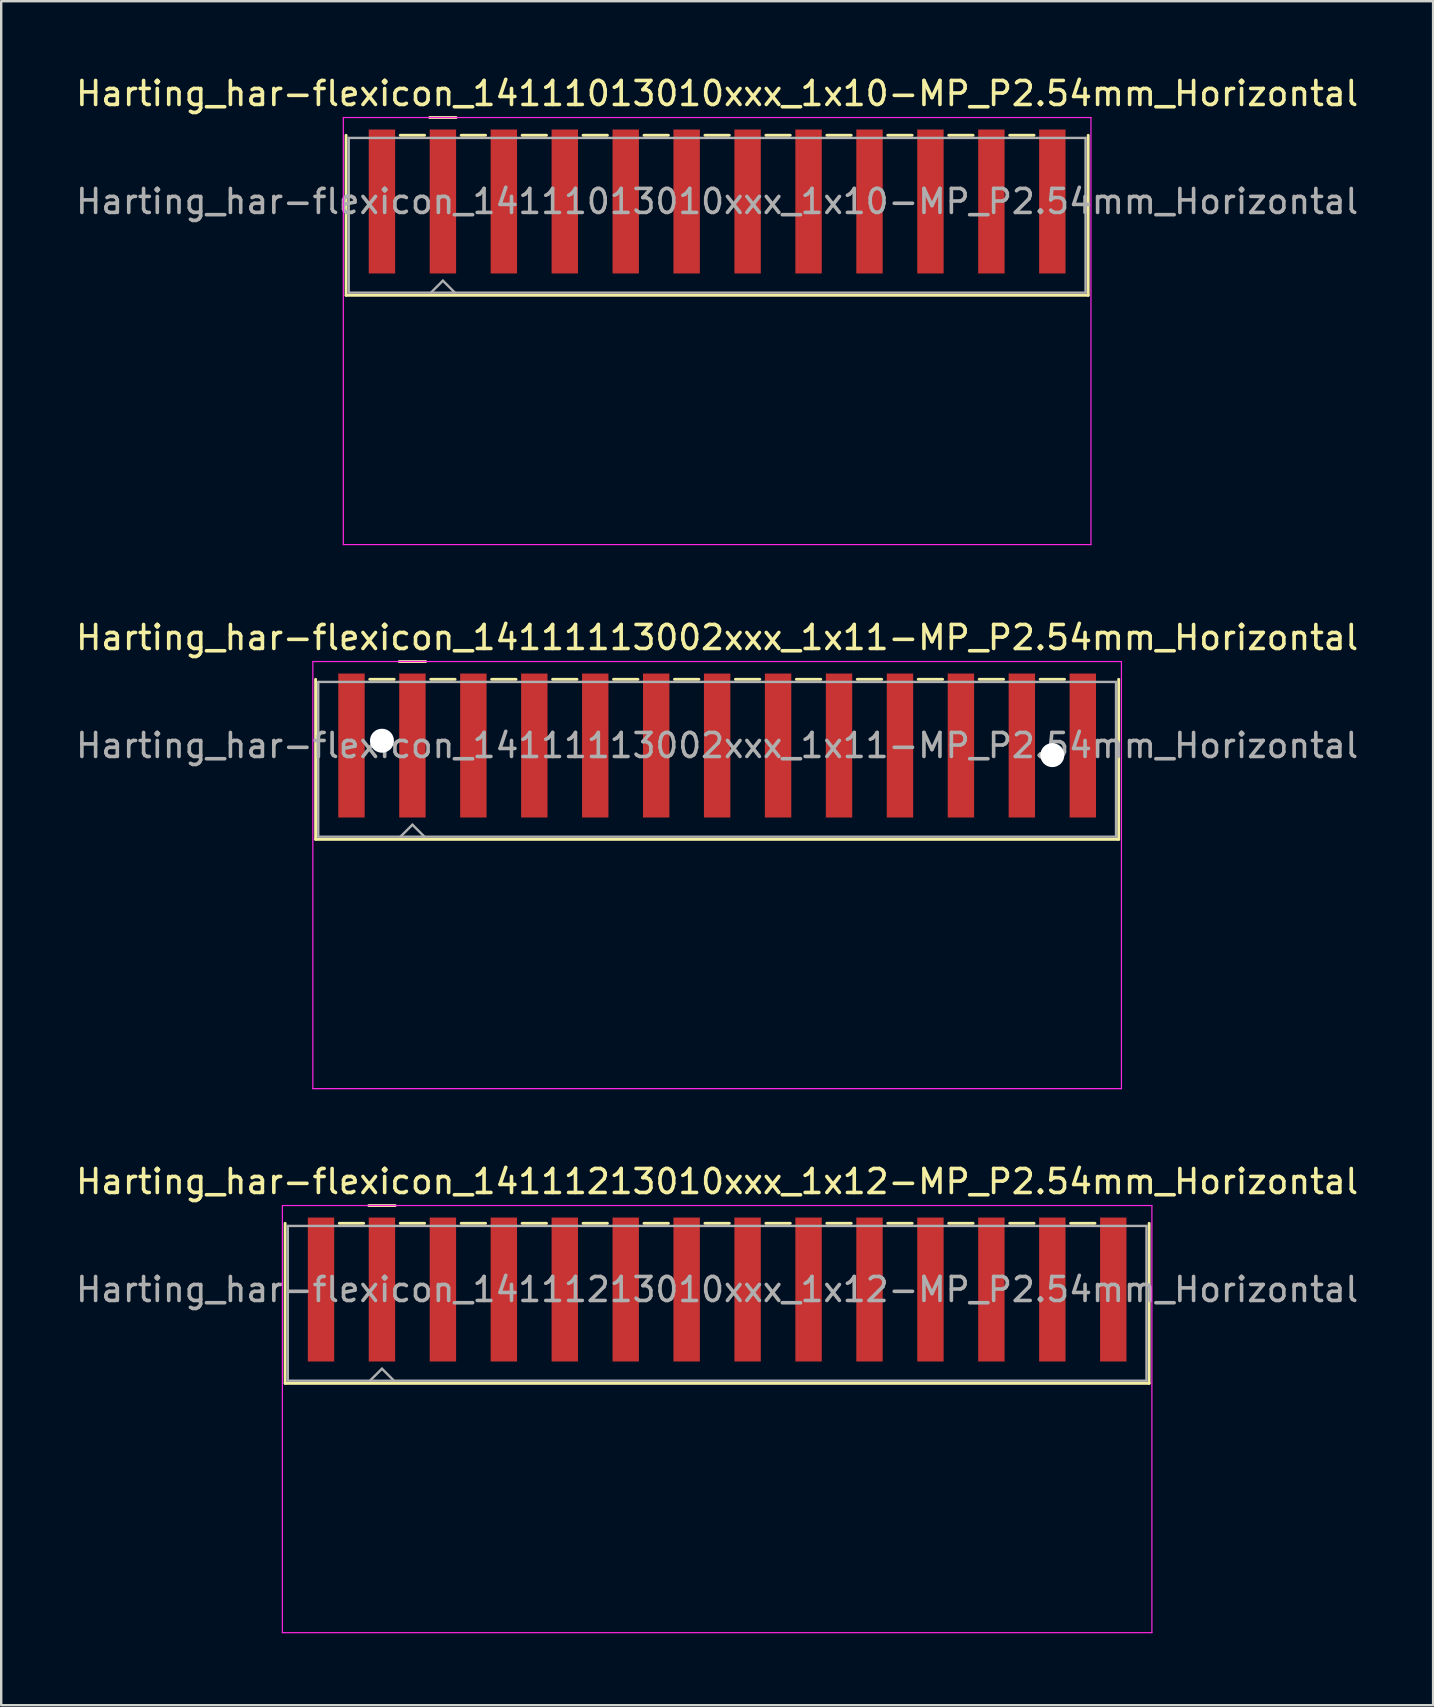
<source format=kicad_pcb>
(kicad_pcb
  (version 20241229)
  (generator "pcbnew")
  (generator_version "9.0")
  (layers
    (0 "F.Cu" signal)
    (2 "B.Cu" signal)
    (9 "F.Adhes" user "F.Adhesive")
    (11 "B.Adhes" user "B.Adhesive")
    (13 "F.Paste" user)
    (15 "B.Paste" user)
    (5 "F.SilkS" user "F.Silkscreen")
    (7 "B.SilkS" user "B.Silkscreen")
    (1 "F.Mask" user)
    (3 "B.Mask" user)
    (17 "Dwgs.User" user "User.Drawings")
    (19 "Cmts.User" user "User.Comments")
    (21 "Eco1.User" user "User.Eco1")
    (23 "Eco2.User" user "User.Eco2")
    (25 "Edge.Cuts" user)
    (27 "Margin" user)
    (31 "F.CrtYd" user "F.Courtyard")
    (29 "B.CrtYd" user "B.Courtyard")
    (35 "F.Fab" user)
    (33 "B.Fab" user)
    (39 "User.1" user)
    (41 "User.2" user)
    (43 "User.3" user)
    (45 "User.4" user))
  (footprint "Harting_har-flexicon_14111213010xxx_1x12-MP_P2.54mm_Horizontal"
    (layer "F.Cu")
    (at 26.839 51.995)
    (property "Reference" "Harting_har-flexicon_14111213010xxx_1x12-MP_P2.54mm_Horizontal" (at 0 -5.8 0) (layer "F.SilkS") (effects (font (size 1 1) (thickness 0.15))))
    (attr smd)
    (fp_line (start -18.005 -4.06) (end -18.005 2.61) (stroke (width 0.12) (type solid)) (layer "F.SilkS"))
    (fp_line (start -15.748 -4.06) (end -14.732 -4.06) (stroke (width 0.12) (type solid)) (layer "F.SilkS"))
    (fp_line (start -14.52 -4.8) (end -13.42 -4.8) (stroke (width 0.12) (type solid)) (layer "F.SilkS"))
    (fp_line (start -13.208 -4.06) (end -12.192 -4.06) (stroke (width 0.12) (type solid)) (layer "F.SilkS"))
    (fp_line (start -10.668 -4.06) (end -9.652 -4.06) (stroke (width 0.12) (type solid)) (layer "F.SilkS"))
    (fp_line (start -8.128 -4.06) (end -7.112 -4.06) (stroke (width 0.12) (type solid)) (layer "F.SilkS"))
    (fp_line (start -5.588 -4.06) (end -4.572 -4.06) (stroke (width 0.12) (type solid)) (layer "F.SilkS"))
    (fp_line (start -3.048 -4.06) (end -2.032 -4.06) (stroke (width 0.12) (type solid)) (layer "F.SilkS"))
    (fp_line (start -0.508 -4.06) (end 0.508 -4.06) (stroke (width 0.12) (type solid)) (layer "F.SilkS"))
    (fp_line (start 2.032 -4.06) (end 3.048 -4.06) (stroke (width 0.12) (type solid)) (layer "F.SilkS"))
    (fp_line (start 4.572 -4.06) (end 5.588 -4.06) (stroke (width 0.12) (type solid)) (layer "F.SilkS"))
    (fp_line (start 7.112 -4.06) (end 8.128 -4.06) (stroke (width 0.12) (type solid)) (layer "F.SilkS"))
    (fp_line (start 9.652 -4.06) (end 10.668 -4.06) (stroke (width 0.12) (type solid)) (layer "F.SilkS"))
    (fp_line (start 12.192 -4.06) (end 13.208 -4.06) (stroke (width 0.12) (type solid)) (layer "F.SilkS"))
    (fp_line (start 14.732 -4.06) (end 15.748 -4.06) (stroke (width 0.12) (type solid)) (layer "F.SilkS"))
    (fp_line (start 18.005 -4.06) (end 18.005 2.61) (stroke (width 0.12) (type solid)) (layer "F.SilkS"))
    (fp_line (start 18.005 2.61) (end -18.005 2.61) (stroke (width 0.12) (type solid)) (layer "F.SilkS"))
    (fp_line (start -18.12 -4.8) (end -18.12 13) (stroke (width 0.05) (type solid)) (layer "F.CrtYd"))
    (fp_line (start -18.12 13) (end 18.12 13) (stroke (width 0.05) (type solid)) (layer "F.CrtYd"))
    (fp_line (start 18.12 -4.8) (end -18.12 -4.8) (stroke (width 0.05) (type solid)) (layer "F.CrtYd"))
    (fp_line (start 18.12 13) (end 18.12 -4.8) (stroke (width 0.05) (type solid)) (layer "F.CrtYd"))
    (fp_line (start -17.895 -3.95) (end -17.895 2.5) (stroke (width 0.1) (type solid)) (layer "F.Fab"))
    (fp_line (start -17.895 2.5) (end 17.895 2.5) (stroke (width 0.1) (type solid)) (layer "F.Fab"))
    (fp_line (start -14.47 2.5) (end -13.97 2) (stroke (width 0.1) (type solid)) (layer "F.Fab"))
    (fp_line (start -13.97 2) (end -13.47 2.5) (stroke (width 0.1) (type solid)) (layer "F.Fab"))
    (fp_line (start 17.895 -3.95) (end -17.895 -3.95) (stroke (width 0.1) (type solid)) (layer "F.Fab"))
    (fp_line (start 17.895 2.5) (end 17.895 -3.95) (stroke (width 0.1) (type solid)) (layer "F.Fab"))
    (fp_text user "${REFERENCE}" (at 0 -1.3 0) (layer "F.Fab") (effects (font (size 1 1) (thickness 0.15))))
    (pad "1" smd rect (at -13.97 -1.3) (size 1.1 6) (layers "F.Cu" "F.Mask" "F.Paste"))
    (pad "2" smd rect (at -11.43 -1.3) (size 1.1 6) (layers "F.Cu" "F.Mask" "F.Paste"))
    (pad "3" smd rect (at -8.89 -1.3) (size 1.1 6) (layers "F.Cu" "F.Mask" "F.Paste"))
    (pad "4" smd rect (at -6.35 -1.3) (size 1.1 6) (layers "F.Cu" "F.Mask" "F.Paste"))
    (pad "5" smd rect (at -3.81 -1.3) (size 1.1 6) (layers "F.Cu" "F.Mask" "F.Paste"))
    (pad "6" smd rect (at -1.27 -1.3) (size 1.1 6) (layers "F.Cu" "F.Mask" "F.Paste"))
    (pad "7" smd rect (at 1.27 -1.3) (size 1.1 6) (layers "F.Cu" "F.Mask" "F.Paste"))
    (pad "8" smd rect (at 3.81 -1.3) (size 1.1 6) (layers "F.Cu" "F.Mask" "F.Paste"))
    (pad "9" smd rect (at 6.35 -1.3) (size 1.1 6) (layers "F.Cu" "F.Mask" "F.Paste"))
    (pad "10" smd rect (at 8.89 -1.3) (size 1.1 6) (layers "F.Cu" "F.Mask" "F.Paste"))
    (pad "11" smd rect (at 11.43 -1.3) (size 1.1 6) (layers "F.Cu" "F.Mask" "F.Paste"))
    (pad "12" smd rect (at 13.97 -1.3) (size 1.1 6) (layers "F.Cu" "F.Mask" "F.Paste"))
    (pad "MP" smd rect (at -16.51 -1.3) (size 1.1 6) (layers "F.Cu" "F.Mask" "F.Paste"))
    (pad "MP" smd rect (at 16.51 -1.3) (size 1.1 6) (layers "F.Cu" "F.Mask" "F.Paste")))
  (footprint "Harting_har-flexicon_14111113002xxx_1x11-MP_P2.54mm_Horizontal"
    (layer "F.Cu")
    (at 26.839 29.322)
    (property "Reference" "Harting_har-flexicon_14111113002xxx_1x11-MP_P2.54mm_Horizontal" (at 0 -5.8 0) (layer "F.SilkS") (effects (font (size 1 1) (thickness 0.15))))
    (attr smd)
    (fp_line (start -16.735 -4.06) (end -16.735 2.61) (stroke (width 0.12) (type solid)) (layer "F.SilkS"))
    (fp_line (start -14.478 -4.06) (end -13.462 -4.06) (stroke (width 0.12) (type solid)) (layer "F.SilkS"))
    (fp_line (start -13.25 -4.8) (end -12.15 -4.8) (stroke (width 0.12) (type solid)) (layer "F.SilkS"))
    (fp_line (start -11.938 -4.06) (end -10.922 -4.06) (stroke (width 0.12) (type solid)) (layer "F.SilkS"))
    (fp_line (start -9.398 -4.06) (end -8.382 -4.06) (stroke (width 0.12) (type solid)) (layer "F.SilkS"))
    (fp_line (start -6.858 -4.06) (end -5.842 -4.06) (stroke (width 0.12) (type solid)) (layer "F.SilkS"))
    (fp_line (start -4.318 -4.06) (end -3.302 -4.06) (stroke (width 0.12) (type solid)) (layer "F.SilkS"))
    (fp_line (start -1.778 -4.06) (end -0.762 -4.06) (stroke (width 0.12) (type solid)) (layer "F.SilkS"))
    (fp_line (start 0.762 -4.06) (end 1.778 -4.06) (stroke (width 0.12) (type solid)) (layer "F.SilkS"))
    (fp_line (start 3.302 -4.06) (end 4.318 -4.06) (stroke (width 0.12) (type solid)) (layer "F.SilkS"))
    (fp_line (start 5.842 -4.06) (end 6.858 -4.06) (stroke (width 0.12) (type solid)) (layer "F.SilkS"))
    (fp_line (start 8.382 -4.06) (end 9.398 -4.06) (stroke (width 0.12) (type solid)) (layer "F.SilkS"))
    (fp_line (start 10.922 -4.06) (end 11.938 -4.06) (stroke (width 0.12) (type solid)) (layer "F.SilkS"))
    (fp_line (start 13.462 -4.06) (end 14.478 -4.06) (stroke (width 0.12) (type solid)) (layer "F.SilkS"))
    (fp_line (start 16.735 -4.06) (end 16.735 2.61) (stroke (width 0.12) (type solid)) (layer "F.SilkS"))
    (fp_line (start 16.735 2.61) (end -16.735 2.61) (stroke (width 0.12) (type solid)) (layer "F.SilkS"))
    (fp_line (start -16.85 -4.8) (end -16.85 13) (stroke (width 0.05) (type solid)) (layer "F.CrtYd"))
    (fp_line (start -16.85 13) (end 16.85 13) (stroke (width 0.05) (type solid)) (layer "F.CrtYd"))
    (fp_line (start 16.85 -4.8) (end -16.85 -4.8) (stroke (width 0.05) (type solid)) (layer "F.CrtYd"))
    (fp_line (start 16.85 13) (end 16.85 -4.8) (stroke (width 0.05) (type solid)) (layer "F.CrtYd"))
    (fp_line (start -16.625 -3.95) (end -16.625 2.5) (stroke (width 0.1) (type solid)) (layer "F.Fab"))
    (fp_line (start -16.625 2.5) (end 16.625 2.5) (stroke (width 0.1) (type solid)) (layer "F.Fab"))
    (fp_line (start -13.2 2.5) (end -12.7 2) (stroke (width 0.1) (type solid)) (layer "F.Fab"))
    (fp_line (start -12.7 2) (end -12.2 2.5) (stroke (width 0.1) (type solid)) (layer "F.Fab"))
    (fp_line (start 16.625 -3.95) (end -16.625 -3.95) (stroke (width 0.1) (type solid)) (layer "F.Fab"))
    (fp_line (start 16.625 2.5) (end 16.625 -3.95) (stroke (width 0.1) (type solid)) (layer "F.Fab"))
    (fp_text user "${REFERENCE}" (at 0 -1.3 0) (layer "F.Fab") (effects (font (size 1 1) (thickness 0.15))))
    (pad "" np_thru_hole circle (at -13.97 -1.5) (size 1 1) (drill 1) (layers "*.Cu" "*.Mask"))
    (pad "" np_thru_hole circle (at 13.97 -0.9) (size 1 1) (drill 1) (layers "*.Cu" "*.Mask"))
    (pad "1" smd rect (at -12.7 -1.3) (size 1.1 6) (layers "F.Cu" "F.Mask" "F.Paste"))
    (pad "2" smd rect (at -10.16 -1.3) (size 1.1 6) (layers "F.Cu" "F.Mask" "F.Paste"))
    (pad "3" smd rect (at -7.62 -1.3) (size 1.1 6) (layers "F.Cu" "F.Mask" "F.Paste"))
    (pad "4" smd rect (at -5.08 -1.3) (size 1.1 6) (layers "F.Cu" "F.Mask" "F.Paste"))
    (pad "5" smd rect (at -2.54 -1.3) (size 1.1 6) (layers "F.Cu" "F.Mask" "F.Paste"))
    (pad "6" smd rect (at 0 -1.3) (size 1.1 6) (layers "F.Cu" "F.Mask" "F.Paste"))
    (pad "7" smd rect (at 2.54 -1.3) (size 1.1 6) (layers "F.Cu" "F.Mask" "F.Paste"))
    (pad "8" smd rect (at 5.08 -1.3) (size 1.1 6) (layers "F.Cu" "F.Mask" "F.Paste"))
    (pad "9" smd rect (at 7.62 -1.3) (size 1.1 6) (layers "F.Cu" "F.Mask" "F.Paste"))
    (pad "10" smd rect (at 10.16 -1.3) (size 1.1 6) (layers "F.Cu" "F.Mask" "F.Paste"))
    (pad "11" smd rect (at 12.7 -1.3) (size 1.1 6) (layers "F.Cu" "F.Mask" "F.Paste"))
    (pad "MP" smd rect (at -15.24 -1.3) (size 1.1 6) (layers "F.Cu" "F.Mask" "F.Paste"))
    (pad "MP" smd rect (at 15.24 -1.3) (size 1.1 6) (layers "F.Cu" "F.Mask" "F.Paste")))
  (footprint "Harting_har-flexicon_14111013010xxx_1x10-MP_P2.54mm_Horizontal"
    (layer "F.Cu")
    (at 26.839 6.648)
    (property "Reference" "Harting_har-flexicon_14111013010xxx_1x10-MP_P2.54mm_Horizontal" (at 0 -5.8 0) (layer "F.SilkS") (effects (font (size 1 1) (thickness 0.15))))
    (attr smd)
    (fp_line (start -15.465 -4.06) (end -15.465 2.61) (stroke (width 0.12) (type solid)) (layer "F.SilkS"))
    (fp_line (start -13.208 -4.06) (end -12.192 -4.06) (stroke (width 0.12) (type solid)) (layer "F.SilkS"))
    (fp_line (start -11.98 -4.8) (end -10.88 -4.8) (stroke (width 0.12) (type solid)) (layer "F.SilkS"))
    (fp_line (start -10.668 -4.06) (end -9.652 -4.06) (stroke (width 0.12) (type solid)) (layer "F.SilkS"))
    (fp_line (start -8.128 -4.06) (end -7.112 -4.06) (stroke (width 0.12) (type solid)) (layer "F.SilkS"))
    (fp_line (start -5.588 -4.06) (end -4.572 -4.06) (stroke (width 0.12) (type solid)) (layer "F.SilkS"))
    (fp_line (start -3.048 -4.06) (end -2.032 -4.06) (stroke (width 0.12) (type solid)) (layer "F.SilkS"))
    (fp_line (start -0.508 -4.06) (end 0.508 -4.06) (stroke (width 0.12) (type solid)) (layer "F.SilkS"))
    (fp_line (start 2.032 -4.06) (end 3.048 -4.06) (stroke (width 0.12) (type solid)) (layer "F.SilkS"))
    (fp_line (start 4.572 -4.06) (end 5.588 -4.06) (stroke (width 0.12) (type solid)) (layer "F.SilkS"))
    (fp_line (start 7.112 -4.06) (end 8.128 -4.06) (stroke (width 0.12) (type solid)) (layer "F.SilkS"))
    (fp_line (start 9.652 -4.06) (end 10.668 -4.06) (stroke (width 0.12) (type solid)) (layer "F.SilkS"))
    (fp_line (start 12.192 -4.06) (end 13.208 -4.06) (stroke (width 0.12) (type solid)) (layer "F.SilkS"))
    (fp_line (start 15.465 -4.06) (end 15.465 2.61) (stroke (width 0.12) (type solid)) (layer "F.SilkS"))
    (fp_line (start 15.465 2.61) (end -15.465 2.61) (stroke (width 0.12) (type solid)) (layer "F.SilkS"))
    (fp_line (start -15.58 -4.8) (end -15.58 13) (stroke (width 0.05) (type solid)) (layer "F.CrtYd"))
    (fp_line (start -15.58 13) (end 15.58 13) (stroke (width 0.05) (type solid)) (layer "F.CrtYd"))
    (fp_line (start 15.58 -4.8) (end -15.58 -4.8) (stroke (width 0.05) (type solid)) (layer "F.CrtYd"))
    (fp_line (start 15.58 13) (end 15.58 -4.8) (stroke (width 0.05) (type solid)) (layer "F.CrtYd"))
    (fp_line (start -15.355 -3.95) (end -15.355 2.5) (stroke (width 0.1) (type solid)) (layer "F.Fab"))
    (fp_line (start -15.355 2.5) (end 15.355 2.5) (stroke (width 0.1) (type solid)) (layer "F.Fab"))
    (fp_line (start -11.93 2.5) (end -11.43 2) (stroke (width 0.1) (type solid)) (layer "F.Fab"))
    (fp_line (start -11.43 2) (end -10.93 2.5) (stroke (width 0.1) (type solid)) (layer "F.Fab"))
    (fp_line (start 15.355 -3.95) (end -15.355 -3.95) (stroke (width 0.1) (type solid)) (layer "F.Fab"))
    (fp_line (start 15.355 2.5) (end 15.355 -3.95) (stroke (width 0.1) (type solid)) (layer "F.Fab"))
    (fp_text user "${REFERENCE}" (at 0 -1.3 0) (layer "F.Fab") (effects (font (size 1 1) (thickness 0.15))))
    (pad "1" smd rect (at -11.43 -1.3) (size 1.1 6) (layers "F.Cu" "F.Mask" "F.Paste"))
    (pad "2" smd rect (at -8.89 -1.3) (size 1.1 6) (layers "F.Cu" "F.Mask" "F.Paste"))
    (pad "3" smd rect (at -6.35 -1.3) (size 1.1 6) (layers "F.Cu" "F.Mask" "F.Paste"))
    (pad "4" smd rect (at -3.81 -1.3) (size 1.1 6) (layers "F.Cu" "F.Mask" "F.Paste"))
    (pad "5" smd rect (at -1.27 -1.3) (size 1.1 6) (layers "F.Cu" "F.Mask" "F.Paste"))
    (pad "6" smd rect (at 1.27 -1.3) (size 1.1 6) (layers "F.Cu" "F.Mask" "F.Paste"))
    (pad "7" smd rect (at 3.81 -1.3) (size 1.1 6) (layers "F.Cu" "F.Mask" "F.Paste"))
    (pad "8" smd rect (at 6.35 -1.3) (size 1.1 6) (layers "F.Cu" "F.Mask" "F.Paste"))
    (pad "9" smd rect (at 8.89 -1.3) (size 1.1 6) (layers "F.Cu" "F.Mask" "F.Paste"))
    (pad "10" smd rect (at 11.43 -1.3) (size 1.1 6) (layers "F.Cu" "F.Mask" "F.Paste"))
    (pad "MP" smd rect (at -13.97 -1.3) (size 1.1 6) (layers "F.Cu" "F.Mask" "F.Paste"))
    (pad "MP" smd rect (at 13.97 -1.3) (size 1.1 6) (layers "F.Cu" "F.Mask" "F.Paste")))
  (gr_rect
    (start -3 -3)
    (end 56.679 68.02)
    (stroke (width 0.1) (type default))
    (fill no)
    (layer "Edge.Cuts")))
</source>
